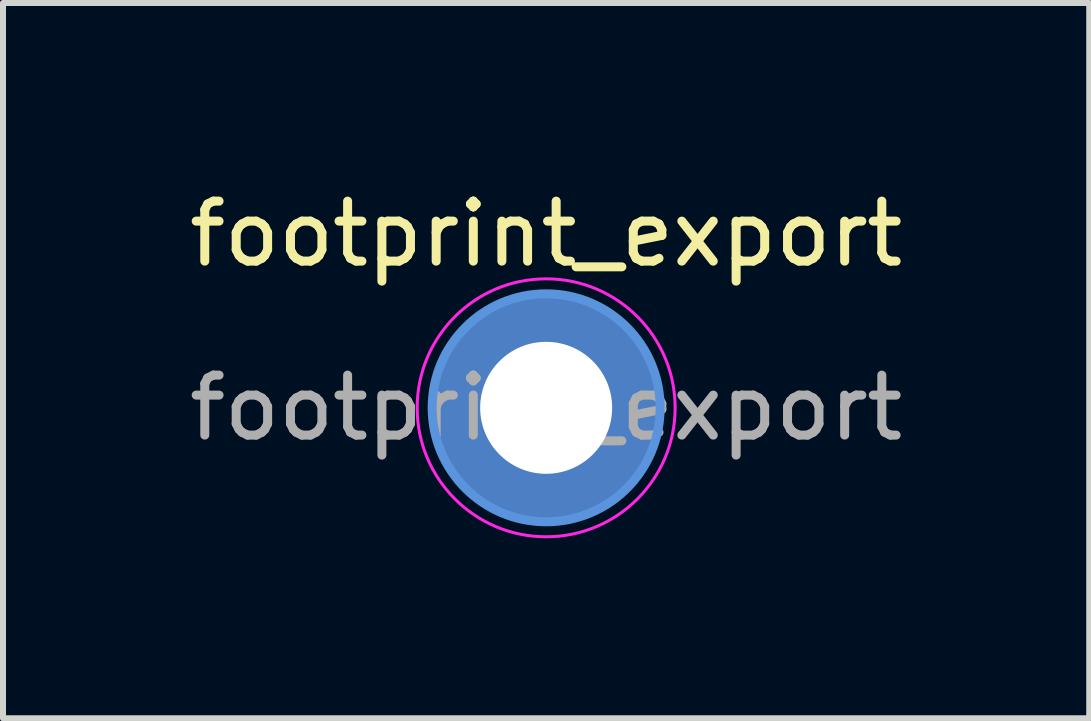
<source format=kicad_pcb>
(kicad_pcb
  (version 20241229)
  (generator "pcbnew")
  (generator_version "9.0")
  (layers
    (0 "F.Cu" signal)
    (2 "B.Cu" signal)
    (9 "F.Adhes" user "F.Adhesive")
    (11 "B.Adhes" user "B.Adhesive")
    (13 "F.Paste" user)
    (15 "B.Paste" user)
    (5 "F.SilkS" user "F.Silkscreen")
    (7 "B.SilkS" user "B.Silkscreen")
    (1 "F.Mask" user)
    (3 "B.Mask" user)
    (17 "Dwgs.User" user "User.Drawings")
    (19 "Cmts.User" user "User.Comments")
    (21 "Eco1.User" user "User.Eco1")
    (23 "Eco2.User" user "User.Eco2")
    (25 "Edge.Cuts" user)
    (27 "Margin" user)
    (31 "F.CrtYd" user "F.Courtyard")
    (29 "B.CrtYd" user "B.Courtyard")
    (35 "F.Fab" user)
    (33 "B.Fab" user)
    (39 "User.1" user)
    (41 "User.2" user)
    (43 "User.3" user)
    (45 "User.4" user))
  (footprint "footprint_export"
    (layer "F.Cu")
    (at 6.054 3.748)
    (property "Reference" "footprint_export" (at 0 -2.9 0) (layer "F.SilkS") (effects (font (size 1 1) (thickness 0.15))))
    (attr exclude_from_pos_files exclude_from_bom)
    (fp_circle (center 0 0) (end 1.9 0) (stroke (width 0.15) (type solid)) (fill no) (layer "Cmts.User"))
    (fp_circle (center 0 0) (end 2.15 0) (stroke (width 0.05) (type solid)) (fill no) (layer "F.CrtYd"))
    (fp_text user "${REFERENCE}" (at 0 0 0) (layer "F.Fab") (effects (font (size 1 1) (thickness 0.15))))
    (pad "1" thru_hole circle (at 0 0) (size 2.6 2.6) (drill 2.2) (layers "*.Cu" "*.Mask"))
    (pad "1" connect circle (at 0 0) (size 3.8 3.8) (layers "F.Cu" "F.Mask"))
    (pad "1" connect circle (at 0 0) (size 3.8 3.8) (layers "B.Cu" "B.Mask")))
  (gr_rect
    (start -3 -3)
    (end 15.107 8.923)
    (stroke (width 0.1) (type default))
    (fill no)
    (layer "Edge.Cuts")))
</source>
